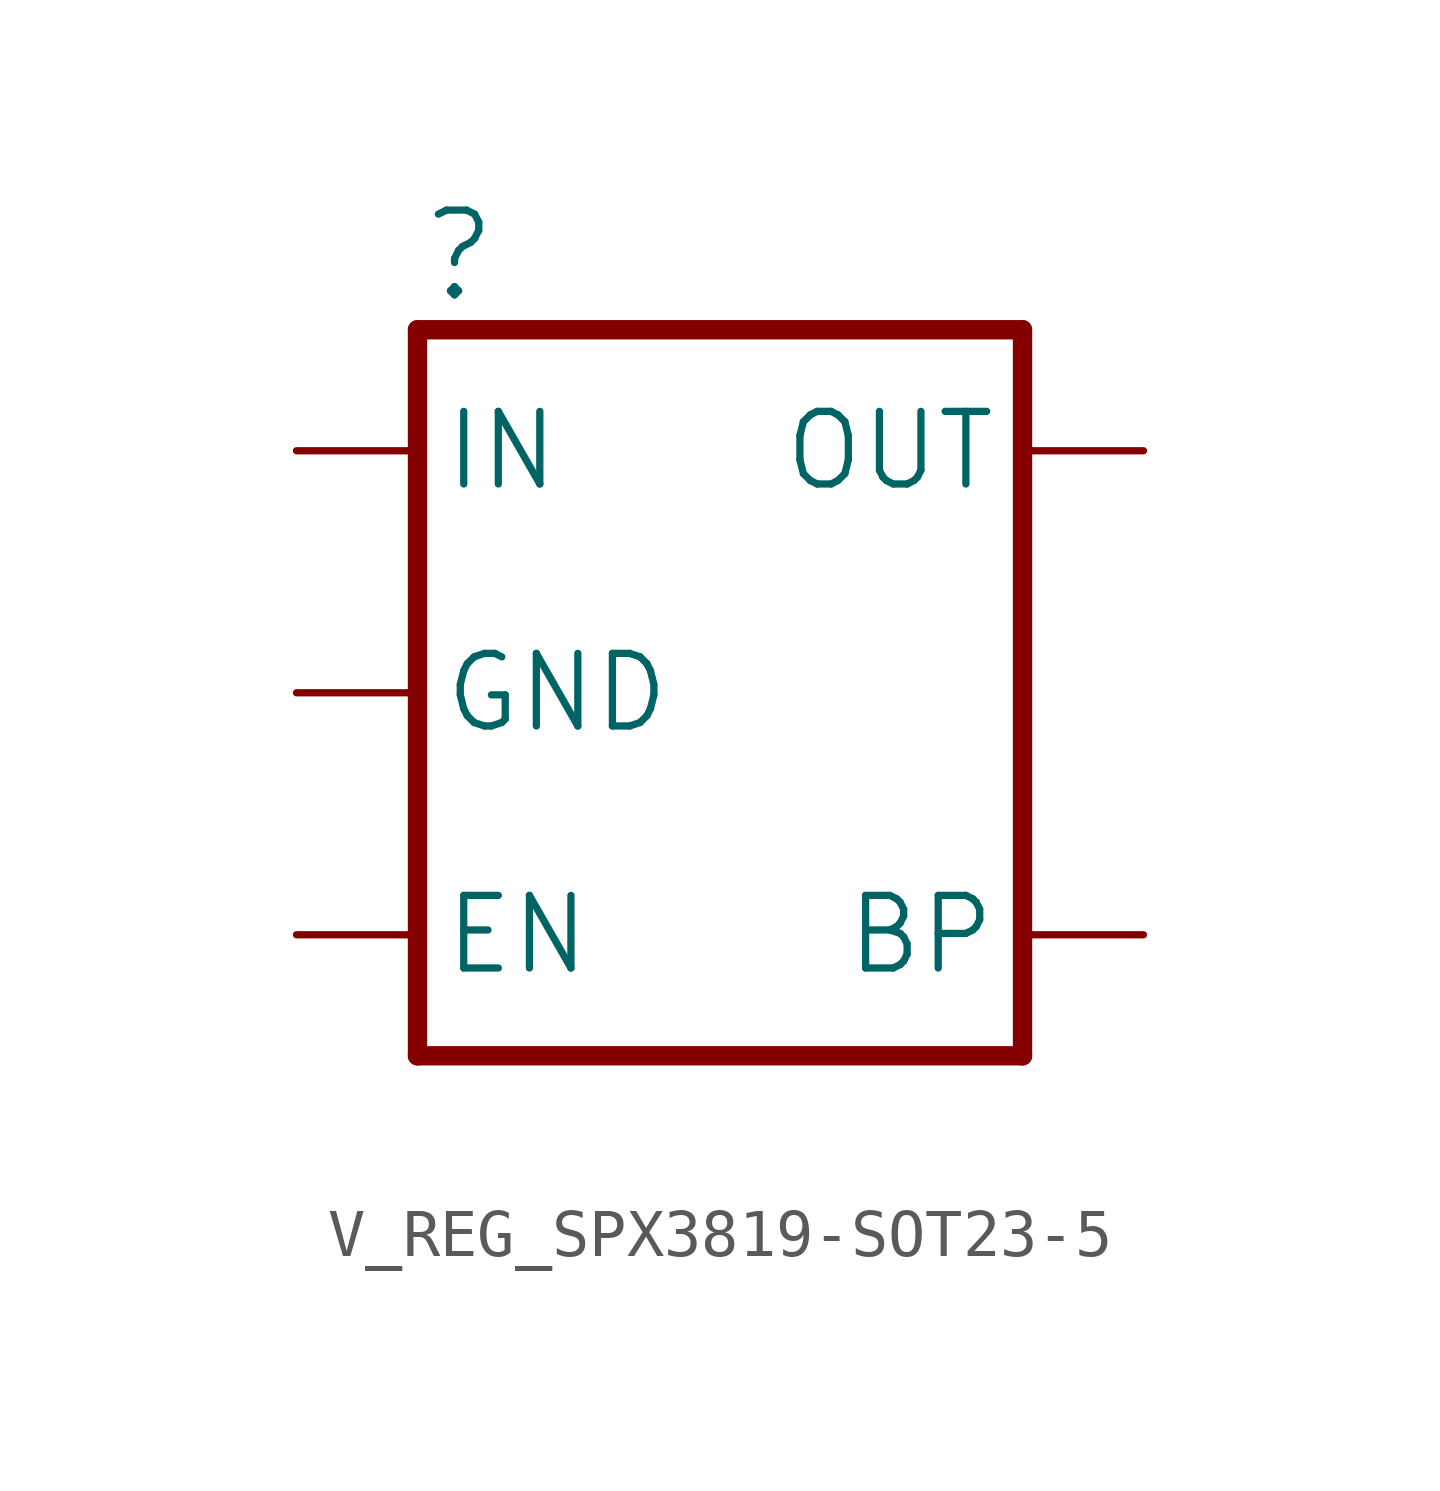
<source format=kicad_sym>
(kicad_symbol_lib
  (version 20241209)
  (generator "kicad_symbol_editor")
  (generator_version "9.0")
  (symbol "V_REG_SPX3819-SOT23-5"
    (property "Reference" ""
      (at -7.62 8.128 0)
      (effects (font (size 1.778 1.778)) (justify left bottom)))
    (property "Value" ""
      (at -7.62 -8.128 0)
      (effects (font (size 1.778 1.778)) (justify left top)))
    (property "ki_locked" ""
      (at 0 0 0)
      (effects (font (size 1.27 1.27))))
    (symbol "V_REG_SPX3819-SOT23-5_1_0"
      (polyline (pts (xy -7.62 7.62) (xy -7.62 -7.62)) (stroke (width 0.406) (type solid)) (fill (type none)))
      (polyline (pts (xy -7.62 -7.62) (xy 5.08 -7.62)) (stroke (width 0.406) (type solid)) (fill (type none)))
      (polyline (pts (xy 5.08 7.62) (xy -7.62 7.62)) (stroke (width 0.406) (type solid)) (fill (type none)))
      (polyline (pts (xy 5.08 -7.62) (xy 5.08 7.62)) (stroke (width 0.406) (type solid)) (fill (type none)))
      (pin input line (at -10.16 5.08 0) (length 2.54) (name "IN" (effects (font (size 1.524 1.524)))) (number "1" (effects (font (size 0 0)))))
      (pin input line (at -10.16 0 0) (length 2.54) (name "GND" (effects (font (size 1.524 1.524)))) (number "2" (effects (font (size 0 0)))))
      (pin input line (at -10.16 -5.08 0) (length 2.54) (name "EN" (effects (font (size 1.524 1.524)))) (number "3" (effects (font (size 0 0)))))
      (pin passive line (at 7.62 5.08 180) (length 2.54) (name "OUT" (effects (font (size 1.524 1.524)))) (number "5" (effects (font (size 0 0)))))
      (pin input line (at 7.62 -5.08 180) (length 2.54) (name "BP" (effects (font (size 1.524 1.524)))) (number "4" (effects (font (size 0 0))))))))
</source>
